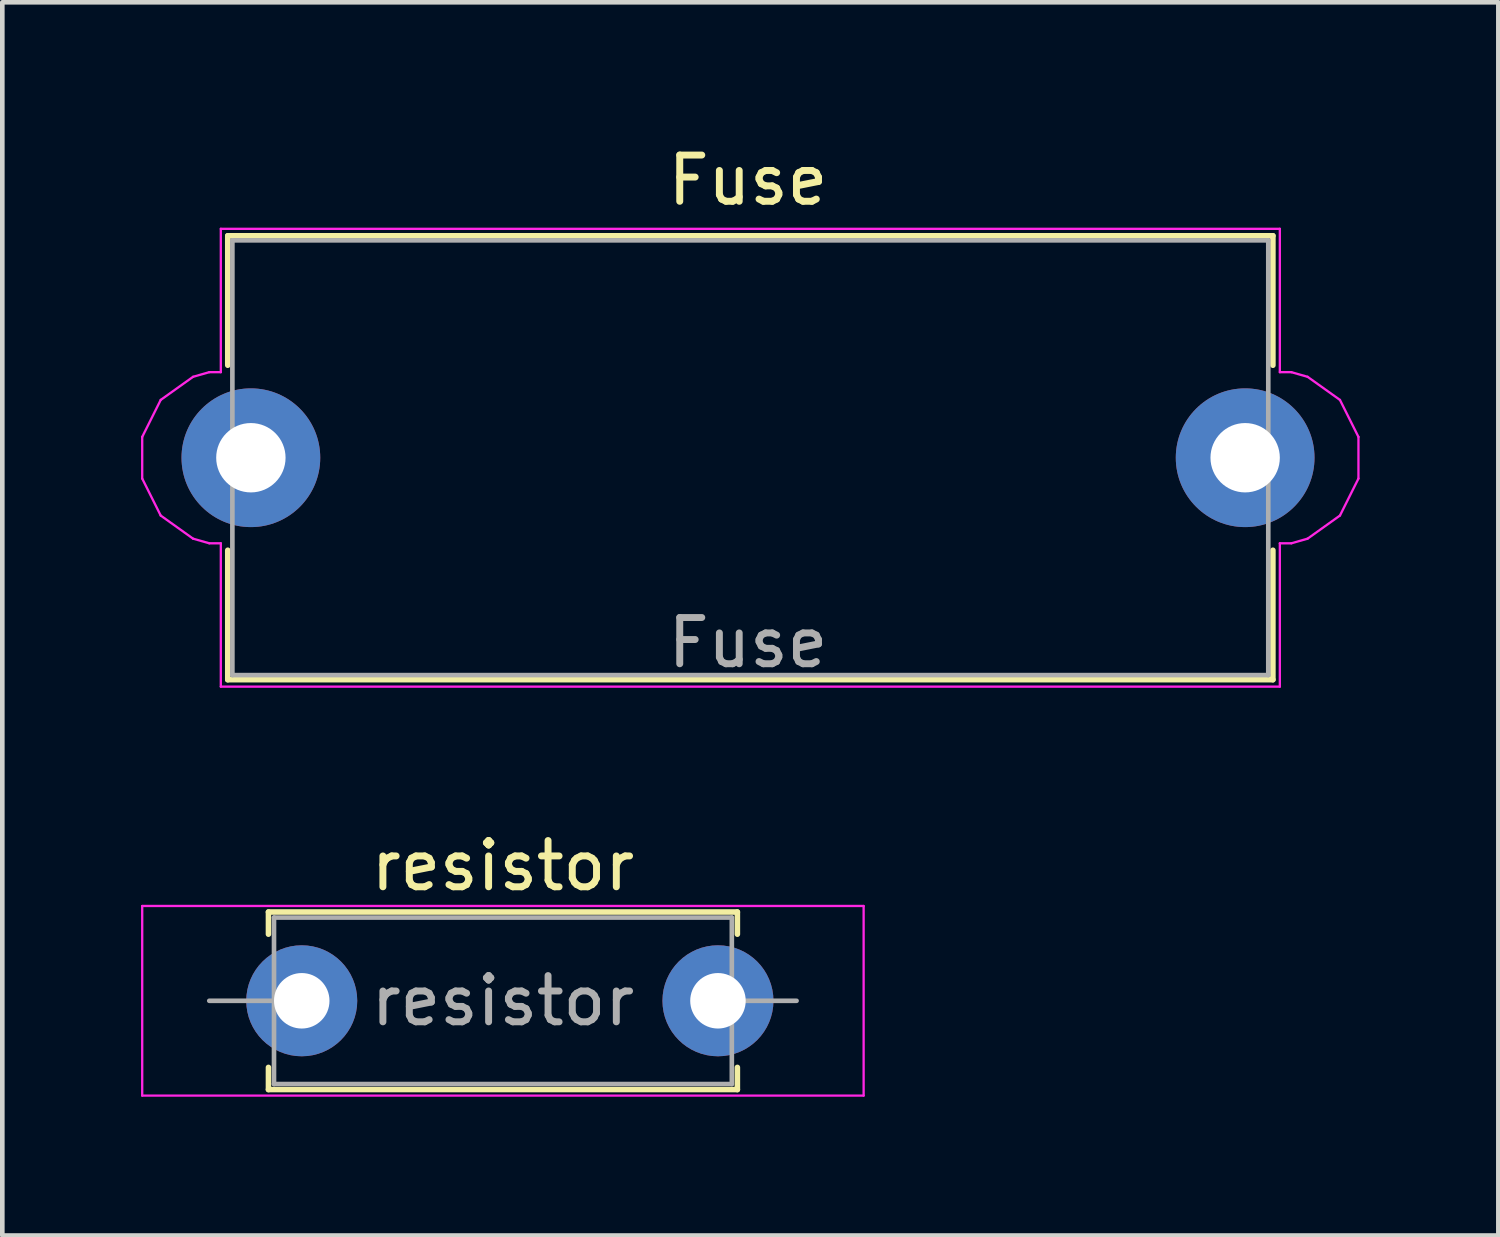
<source format=kicad_pcb>
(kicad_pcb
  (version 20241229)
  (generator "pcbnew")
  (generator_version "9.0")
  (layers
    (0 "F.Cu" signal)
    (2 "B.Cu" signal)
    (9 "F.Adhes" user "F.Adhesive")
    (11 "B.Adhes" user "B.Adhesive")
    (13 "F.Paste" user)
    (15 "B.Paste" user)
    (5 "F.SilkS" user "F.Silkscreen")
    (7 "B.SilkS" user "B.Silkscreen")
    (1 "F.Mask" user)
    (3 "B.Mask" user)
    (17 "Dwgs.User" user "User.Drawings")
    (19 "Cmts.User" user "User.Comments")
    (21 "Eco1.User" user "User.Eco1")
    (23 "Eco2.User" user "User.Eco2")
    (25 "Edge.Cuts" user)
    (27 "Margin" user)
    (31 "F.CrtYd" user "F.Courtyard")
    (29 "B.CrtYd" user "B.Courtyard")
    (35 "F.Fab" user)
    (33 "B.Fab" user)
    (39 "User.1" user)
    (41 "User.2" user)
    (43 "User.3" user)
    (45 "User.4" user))
  (footprint "Fuse"
    (layer "F.Cu")
    (at 1.875 6.848)
    (property "Reference" "Fuse" (at 11.25 -6 180) (layer "F.SilkS") (effects (font (size 1 1) (thickness 0.15))))
    (attr through_hole)
    (fp_line (start 0 -4.8) (end 22.6 -4.8) (stroke (width 0.12) (type solid)) (layer "F.SilkS"))
    (fp_line (start 0 -2) (end 0 -4.8) (stroke (width 0.12) (type solid)) (layer "F.SilkS"))
    (fp_line (start 0 4.8) (end 0 2) (stroke (width 0.12) (type solid)) (layer "F.SilkS"))
    (fp_line (start 0 4.8) (end 22.6 4.8) (stroke (width 0.12) (type solid)) (layer "F.SilkS"))
    (fp_line (start 22.6 -2) (end 22.6 -4.8) (stroke (width 0.12) (type solid)) (layer "F.SilkS"))
    (fp_line (start 22.6 4.8) (end 22.6 2) (stroke (width 0.12) (type solid)) (layer "F.SilkS"))
    (fp_line (start -1.85 -0.45) (end -1.85 0.45) (stroke (width 0.05) (type solid)) (layer "F.CrtYd"))
    (fp_line (start -1.85 -0.45) (end -1.45 -1.25) (stroke (width 0.05) (type solid)) (layer "F.CrtYd"))
    (fp_line (start -1.45 1.25) (end -1.85 0.45) (stroke (width 0.05) (type solid)) (layer "F.CrtYd"))
    (fp_line (start -1.45 1.25) (end -0.75 1.75) (stroke (width 0.05) (type solid)) (layer "F.CrtYd"))
    (fp_line (start -0.75 -1.75) (end -1.45 -1.25) (stroke (width 0.05) (type solid)) (layer "F.CrtYd"))
    (fp_line (start -0.75 1.75) (end -0.4 1.85) (stroke (width 0.05) (type solid)) (layer "F.CrtYd"))
    (fp_line (start -0.4 -1.85) (end -0.75 -1.75) (stroke (width 0.05) (type solid)) (layer "F.CrtYd"))
    (fp_line (start -0.4 1.85) (end -0.15 1.85) (stroke (width 0.05) (type solid)) (layer "F.CrtYd"))
    (fp_line (start -0.15 -4.95) (end 22.75 -4.95) (stroke (width 0.05) (type solid)) (layer "F.CrtYd"))
    (fp_line (start -0.15 -1.85) (end -0.4 -1.85) (stroke (width 0.05) (type solid)) (layer "F.CrtYd"))
    (fp_line (start -0.15 -1.85) (end -0.15 -4.95) (stroke (width 0.05) (type solid)) (layer "F.CrtYd"))
    (fp_line (start -0.15 4.95) (end -0.15 1.85) (stroke (width 0.05) (type solid)) (layer "F.CrtYd"))
    (fp_line (start 22.75 -1.85) (end 22.75 -4.95) (stroke (width 0.05) (type solid)) (layer "F.CrtYd"))
    (fp_line (start 22.75 -1.85) (end 23 -1.85) (stroke (width 0.05) (type solid)) (layer "F.CrtYd"))
    (fp_line (start 22.75 1.85) (end 22.75 4.95) (stroke (width 0.05) (type solid)) (layer "F.CrtYd"))
    (fp_line (start 22.75 1.85) (end 23 1.85) (stroke (width 0.05) (type solid)) (layer "F.CrtYd"))
    (fp_line (start 22.75 4.95) (end -0.15 4.95) (stroke (width 0.05) (type solid)) (layer "F.CrtYd"))
    (fp_line (start 23 1.85) (end 23.35 1.75) (stroke (width 0.05) (type solid)) (layer "F.CrtYd"))
    (fp_line (start 23.35 -1.75) (end 23 -1.85) (stroke (width 0.05) (type solid)) (layer "F.CrtYd"))
    (fp_line (start 23.35 1.75) (end 24.05 1.25) (stroke (width 0.05) (type solid)) (layer "F.CrtYd"))
    (fp_line (start 24.05 -1.25) (end 23.35 -1.75) (stroke (width 0.05) (type solid)) (layer "F.CrtYd"))
    (fp_line (start 24.05 1.25) (end 24.45 0.45) (stroke (width 0.05) (type solid)) (layer "F.CrtYd"))
    (fp_line (start 24.45 -0.45) (end 24.05 -1.25) (stroke (width 0.05) (type solid)) (layer "F.CrtYd"))
    (fp_line (start 24.45 0.45) (end 24.45 -0.45) (stroke (width 0.05) (type solid)) (layer "F.CrtYd"))
    (fp_line (start 0.1 -4.7) (end 0.1 4.7) (stroke (width 0.1) (type solid)) (layer "F.Fab"))
    (fp_line (start 0.1 4.7) (end 22.5 4.7) (stroke (width 0.1) (type solid)) (layer "F.Fab"))
    (fp_line (start 22.5 -4.7) (end 0.1 -4.7) (stroke (width 0.1) (type solid)) (layer "F.Fab"))
    (fp_line (start 22.5 4.7) (end 22.5 -4.7) (stroke (width 0.1) (type solid)) (layer "F.Fab"))
    (fp_text user "${REFERENCE}" (at 11.25 4 180) (layer "F.Fab") (effects (font (size 1 1) (thickness 0.15))))
    (pad "1" thru_hole circle (at 0.5 0) (size 3 3) (drill 1.5) (layers "*.Cu" "*.Mask"))
    (pad "2" thru_hole circle (at 22 0) (size 3 3) (drill 1.5) (layers "*.Cu" "*.Mask")))
  (footprint "resistor"
    (layer "F.Cu")
    (at 1.475 18.591)
    (property "Reference" "resistor" (at 6.35 -2.92 180) (layer "F.SilkS") (effects (font (size 1 1) (thickness 0.15))))
    (attr through_hole)
    (fp_line (start 1.28 -1.92) (end 11.42 -1.92) (stroke (width 0.12) (type solid)) (layer "F.SilkS"))
    (fp_line (start 1.28 -1.44) (end 1.28 -1.92) (stroke (width 0.12) (type solid)) (layer "F.SilkS"))
    (fp_line (start 1.28 1.44) (end 1.28 1.92) (stroke (width 0.12) (type solid)) (layer "F.SilkS"))
    (fp_line (start 1.28 1.92) (end 11.42 1.92) (stroke (width 0.12) (type solid)) (layer "F.SilkS"))
    (fp_line (start 11.42 -1.92) (end 11.42 -1.44) (stroke (width 0.12) (type solid)) (layer "F.SilkS"))
    (fp_line (start 11.42 1.92) (end 11.42 1.44) (stroke (width 0.12) (type solid)) (layer "F.SilkS"))
    (fp_line (start -1.45 -2.05) (end -1.45 2.05) (stroke (width 0.05) (type solid)) (layer "F.CrtYd"))
    (fp_line (start -1.45 2.05) (end 14.15 2.05) (stroke (width 0.05) (type solid)) (layer "F.CrtYd"))
    (fp_line (start 14.15 -2.05) (end -1.45 -2.05) (stroke (width 0.05) (type solid)) (layer "F.CrtYd"))
    (fp_line (start 14.15 2.05) (end 14.15 -2.05) (stroke (width 0.05) (type solid)) (layer "F.CrtYd"))
    (fp_line (start 0 0) (end 1.4 0) (stroke (width 0.1) (type solid)) (layer "F.Fab"))
    (fp_line (start 1.4 -1.8) (end 1.4 1.8) (stroke (width 0.1) (type solid)) (layer "F.Fab"))
    (fp_line (start 1.4 1.8) (end 11.3 1.8) (stroke (width 0.1) (type solid)) (layer "F.Fab"))
    (fp_line (start 11.3 -1.8) (end 1.4 -1.8) (stroke (width 0.1) (type solid)) (layer "F.Fab"))
    (fp_line (start 11.3 1.8) (end 11.3 -1.8) (stroke (width 0.1) (type solid)) (layer "F.Fab"))
    (fp_line (start 12.7 0) (end 11.3 0) (stroke (width 0.1) (type solid)) (layer "F.Fab"))
    (fp_text user "${REFERENCE}" (at 6.35 0 180) (layer "F.Fab") (effects (font (size 1 1) (thickness 0.15))))
    (pad "1" thru_hole circle (at 2 0) (size 2.4 2.4) (drill 1.2) (layers "*.Cu" "*.Mask"))
    (pad "2" thru_hole oval (at 11 0) (size 2.4 2.4) (drill 1.2) (layers "*.Cu" "*.Mask")))
  (gr_rect
    (start -3 -3)
    (end 29.35 23.666)
    (stroke (width 0.1) (type default))
    (fill no)
    (layer "Edge.Cuts")))
</source>
